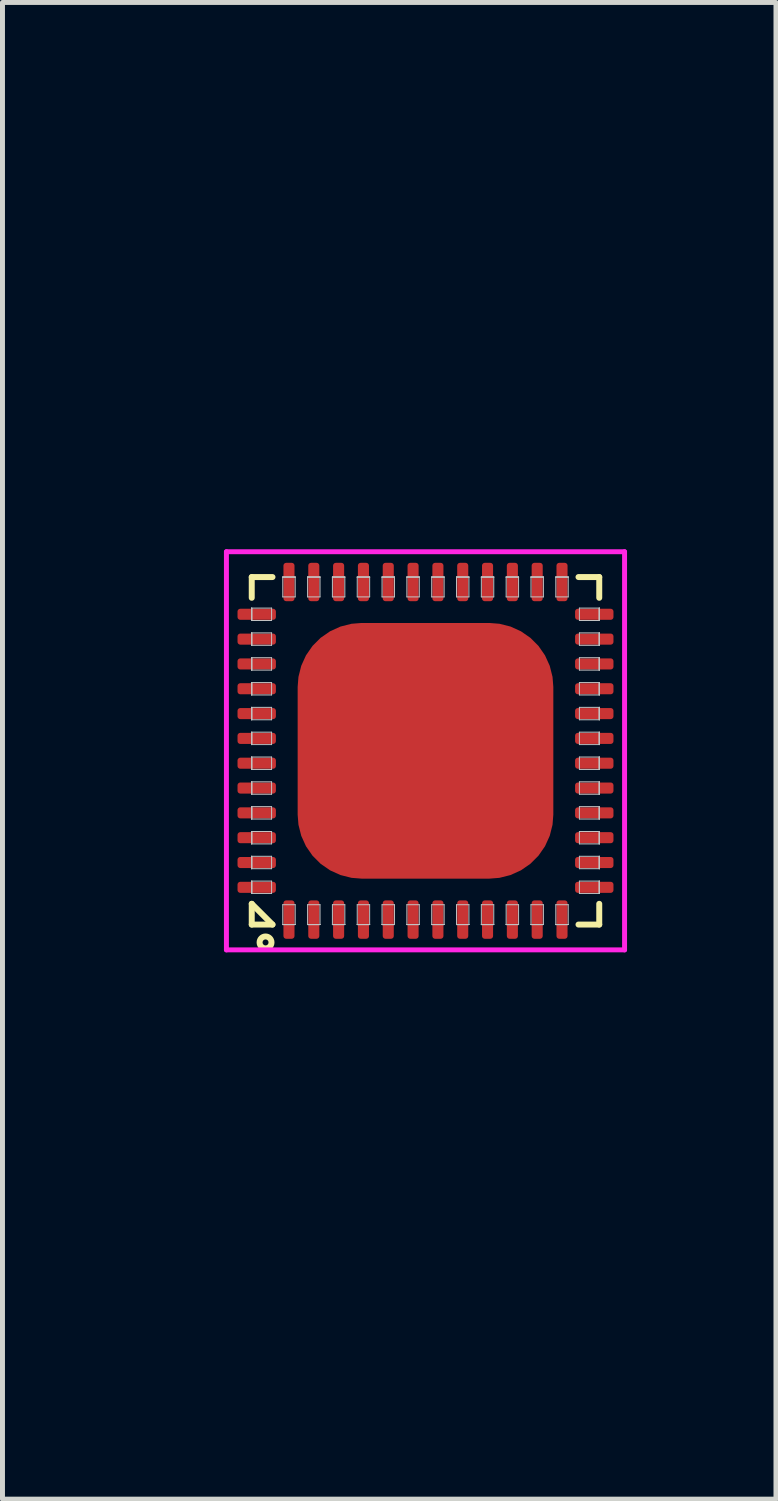
<source format=kicad_pcb>
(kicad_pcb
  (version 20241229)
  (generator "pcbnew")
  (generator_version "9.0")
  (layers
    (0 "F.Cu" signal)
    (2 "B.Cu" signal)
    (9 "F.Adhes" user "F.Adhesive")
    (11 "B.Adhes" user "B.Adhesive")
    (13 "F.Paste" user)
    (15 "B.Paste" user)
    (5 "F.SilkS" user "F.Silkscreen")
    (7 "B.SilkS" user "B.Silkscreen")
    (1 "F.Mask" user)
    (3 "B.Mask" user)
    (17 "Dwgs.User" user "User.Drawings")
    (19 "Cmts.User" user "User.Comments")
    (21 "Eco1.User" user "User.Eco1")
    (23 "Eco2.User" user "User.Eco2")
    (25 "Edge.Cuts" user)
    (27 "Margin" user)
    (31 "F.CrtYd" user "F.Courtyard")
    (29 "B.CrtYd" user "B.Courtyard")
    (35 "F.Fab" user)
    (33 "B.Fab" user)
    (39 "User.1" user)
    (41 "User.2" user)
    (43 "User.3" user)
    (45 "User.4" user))
  (footprint "QFN50P700x700-48-T515x515"
    (layer "F.Cu")
    (at 5.521 12.074)
    (property "Reference" "QFN50P700x700-48-T515x515" (at -4.76 0 90) (layer "User.1") (effects (font (size 1 1) (thickness 0.1))))
    (attr through_hole)
    (fp_line (start -3.5 -3.5) (end -3.5 -3.082) (stroke (width 0.12) (type solid)) (layer "F.SilkS"))
    (fp_line (start -3.5 -3.5) (end -3.082 -3.5) (stroke (width 0.12) (type solid)) (layer "F.SilkS"))
    (fp_line (start -3.5 3.082) (end -3.082 3.5) (stroke (width 0.12) (type solid)) (layer "F.SilkS"))
    (fp_line (start -3.5 3.5) (end -3.5 3.082) (stroke (width 0.12) (type solid)) (layer "F.SilkS"))
    (fp_line (start -3.5 3.5) (end -3.082 3.5) (stroke (width 0.12) (type solid)) (layer "F.SilkS"))
    (fp_line (start 3.5 -3.5) (end 3.082 -3.5) (stroke (width 0.12) (type solid)) (layer "F.SilkS"))
    (fp_line (start 3.5 -3.5) (end 3.5 -3.082) (stroke (width 0.12) (type solid)) (layer "F.SilkS"))
    (fp_line (start 3.5 3.5) (end 3.082 3.5) (stroke (width 0.12) (type solid)) (layer "F.SilkS"))
    (fp_line (start 3.5 3.5) (end 3.5 3.082) (stroke (width 0.12) (type solid)) (layer "F.SilkS"))
    (fp_circle (center -3.222 3.86) (end -3.102 3.86) (stroke (width 0.12) (type solid)) (fill no) (layer "F.SilkS"))
    (fp_line (start -3.5 -2.875) (end -3.5 -2.875) (stroke (width 0.02) (type solid)) (layer "Dwgs.User"))
    (fp_line (start -3.5 -2.875) (end -3.5 -2.625) (stroke (width 0.02) (type solid)) (layer "Dwgs.User"))
    (fp_line (start -3.5 -2.875) (end -3.1 -2.875) (stroke (width 0.02) (type solid)) (layer "Dwgs.User"))
    (fp_line (start -3.5 -2.625) (end -3.5 -2.875) (stroke (width 0.02) (type solid)) (layer "Dwgs.User"))
    (fp_line (start -3.5 -2.625) (end -3.5 -2.875) (stroke (width 0.02) (type solid)) (layer "Dwgs.User"))
    (fp_line (start -3.5 -2.625) (end -3.5 -2.625) (stroke (width 0.02) (type solid)) (layer "Dwgs.User"))
    (fp_line (start -3.5 -2.375) (end -3.5 -2.375) (stroke (width 0.02) (type solid)) (layer "Dwgs.User"))
    (fp_line (start -3.5 -2.375) (end -3.5 -2.125) (stroke (width 0.02) (type solid)) (layer "Dwgs.User"))
    (fp_line (start -3.5 -2.375) (end -3.1 -2.375) (stroke (width 0.02) (type solid)) (layer "Dwgs.User"))
    (fp_line (start -3.5 -2.125) (end -3.5 -2.375) (stroke (width 0.02) (type solid)) (layer "Dwgs.User"))
    (fp_line (start -3.5 -2.125) (end -3.5 -2.375) (stroke (width 0.02) (type solid)) (layer "Dwgs.User"))
    (fp_line (start -3.5 -2.125) (end -3.5 -2.125) (stroke (width 0.02) (type solid)) (layer "Dwgs.User"))
    (fp_line (start -3.5 -1.875) (end -3.5 -1.875) (stroke (width 0.02) (type solid)) (layer "Dwgs.User"))
    (fp_line (start -3.5 -1.875) (end -3.5 -1.625) (stroke (width 0.02) (type solid)) (layer "Dwgs.User"))
    (fp_line (start -3.5 -1.875) (end -3.1 -1.875) (stroke (width 0.02) (type solid)) (layer "Dwgs.User"))
    (fp_line (start -3.5 -1.625) (end -3.5 -1.875) (stroke (width 0.02) (type solid)) (layer "Dwgs.User"))
    (fp_line (start -3.5 -1.625) (end -3.5 -1.875) (stroke (width 0.02) (type solid)) (layer "Dwgs.User"))
    (fp_line (start -3.5 -1.625) (end -3.5 -1.625) (stroke (width 0.02) (type solid)) (layer "Dwgs.User"))
    (fp_line (start -3.5 -1.375) (end -3.5 -1.375) (stroke (width 0.02) (type solid)) (layer "Dwgs.User"))
    (fp_line (start -3.5 -1.375) (end -3.5 -1.125) (stroke (width 0.02) (type solid)) (layer "Dwgs.User"))
    (fp_line (start -3.5 -1.375) (end -3.1 -1.375) (stroke (width 0.02) (type solid)) (layer "Dwgs.User"))
    (fp_line (start -3.5 -1.125) (end -3.5 -1.375) (stroke (width 0.02) (type solid)) (layer "Dwgs.User"))
    (fp_line (start -3.5 -1.125) (end -3.5 -1.375) (stroke (width 0.02) (type solid)) (layer "Dwgs.User"))
    (fp_line (start -3.5 -1.125) (end -3.5 -1.125) (stroke (width 0.02) (type solid)) (layer "Dwgs.User"))
    (fp_line (start -3.5 -0.875) (end -3.5 -0.875) (stroke (width 0.02) (type solid)) (layer "Dwgs.User"))
    (fp_line (start -3.5 -0.875) (end -3.5 -0.625) (stroke (width 0.02) (type solid)) (layer "Dwgs.User"))
    (fp_line (start -3.5 -0.875) (end -3.1 -0.875) (stroke (width 0.02) (type solid)) (layer "Dwgs.User"))
    (fp_line (start -3.5 -0.625) (end -3.5 -0.875) (stroke (width 0.02) (type solid)) (layer "Dwgs.User"))
    (fp_line (start -3.5 -0.625) (end -3.5 -0.875) (stroke (width 0.02) (type solid)) (layer "Dwgs.User"))
    (fp_line (start -3.5 -0.625) (end -3.5 -0.625) (stroke (width 0.02) (type solid)) (layer "Dwgs.User"))
    (fp_line (start -3.5 -0.375) (end -3.5 -0.375) (stroke (width 0.02) (type solid)) (layer "Dwgs.User"))
    (fp_line (start -3.5 -0.375) (end -3.5 -0.125) (stroke (width 0.02) (type solid)) (layer "Dwgs.User"))
    (fp_line (start -3.5 -0.375) (end -3.1 -0.375) (stroke (width 0.02) (type solid)) (layer "Dwgs.User"))
    (fp_line (start -3.5 -0.125) (end -3.5 -0.375) (stroke (width 0.02) (type solid)) (layer "Dwgs.User"))
    (fp_line (start -3.5 -0.125) (end -3.5 -0.375) (stroke (width 0.02) (type solid)) (layer "Dwgs.User"))
    (fp_line (start -3.5 -0.125) (end -3.5 -0.125) (stroke (width 0.02) (type solid)) (layer "Dwgs.User"))
    (fp_line (start -3.5 0.125) (end -3.5 0.125) (stroke (width 0.02) (type solid)) (layer "Dwgs.User"))
    (fp_line (start -3.5 0.125) (end -3.5 0.375) (stroke (width 0.02) (type solid)) (layer "Dwgs.User"))
    (fp_line (start -3.5 0.125) (end -3.1 0.125) (stroke (width 0.02) (type solid)) (layer "Dwgs.User"))
    (fp_line (start -3.5 0.375) (end -3.5 0.125) (stroke (width 0.02) (type solid)) (layer "Dwgs.User"))
    (fp_line (start -3.5 0.375) (end -3.5 0.125) (stroke (width 0.02) (type solid)) (layer "Dwgs.User"))
    (fp_line (start -3.5 0.375) (end -3.5 0.375) (stroke (width 0.02) (type solid)) (layer "Dwgs.User"))
    (fp_line (start -3.5 0.625) (end -3.5 0.625) (stroke (width 0.02) (type solid)) (layer "Dwgs.User"))
    (fp_line (start -3.5 0.625) (end -3.5 0.875) (stroke (width 0.02) (type solid)) (layer "Dwgs.User"))
    (fp_line (start -3.5 0.625) (end -3.1 0.625) (stroke (width 0.02) (type solid)) (layer "Dwgs.User"))
    (fp_line (start -3.5 0.875) (end -3.5 0.625) (stroke (width 0.02) (type solid)) (layer "Dwgs.User"))
    (fp_line (start -3.5 0.875) (end -3.5 0.625) (stroke (width 0.02) (type solid)) (layer "Dwgs.User"))
    (fp_line (start -3.5 0.875) (end -3.5 0.875) (stroke (width 0.02) (type solid)) (layer "Dwgs.User"))
    (fp_line (start -3.5 1.125) (end -3.5 1.125) (stroke (width 0.02) (type solid)) (layer "Dwgs.User"))
    (fp_line (start -3.5 1.125) (end -3.5 1.375) (stroke (width 0.02) (type solid)) (layer "Dwgs.User"))
    (fp_line (start -3.5 1.125) (end -3.1 1.125) (stroke (width 0.02) (type solid)) (layer "Dwgs.User"))
    (fp_line (start -3.5 1.375) (end -3.5 1.125) (stroke (width 0.02) (type solid)) (layer "Dwgs.User"))
    (fp_line (start -3.5 1.375) (end -3.5 1.125) (stroke (width 0.02) (type solid)) (layer "Dwgs.User"))
    (fp_line (start -3.5 1.375) (end -3.5 1.375) (stroke (width 0.02) (type solid)) (layer "Dwgs.User"))
    (fp_line (start -3.5 1.625) (end -3.5 1.625) (stroke (width 0.02) (type solid)) (layer "Dwgs.User"))
    (fp_line (start -3.5 1.625) (end -3.5 1.875) (stroke (width 0.02) (type solid)) (layer "Dwgs.User"))
    (fp_line (start -3.5 1.625) (end -3.1 1.625) (stroke (width 0.02) (type solid)) (layer "Dwgs.User"))
    (fp_line (start -3.5 1.875) (end -3.5 1.625) (stroke (width 0.02) (type solid)) (layer "Dwgs.User"))
    (fp_line (start -3.5 1.875) (end -3.5 1.625) (stroke (width 0.02) (type solid)) (layer "Dwgs.User"))
    (fp_line (start -3.5 1.875) (end -3.5 1.875) (stroke (width 0.02) (type solid)) (layer "Dwgs.User"))
    (fp_line (start -3.5 2.125) (end -3.5 2.125) (stroke (width 0.02) (type solid)) (layer "Dwgs.User"))
    (fp_line (start -3.5 2.125) (end -3.5 2.375) (stroke (width 0.02) (type solid)) (layer "Dwgs.User"))
    (fp_line (start -3.5 2.125) (end -3.1 2.125) (stroke (width 0.02) (type solid)) (layer "Dwgs.User"))
    (fp_line (start -3.5 2.375) (end -3.5 2.125) (stroke (width 0.02) (type solid)) (layer "Dwgs.User"))
    (fp_line (start -3.5 2.375) (end -3.5 2.125) (stroke (width 0.02) (type solid)) (layer "Dwgs.User"))
    (fp_line (start -3.5 2.375) (end -3.5 2.375) (stroke (width 0.02) (type solid)) (layer "Dwgs.User"))
    (fp_line (start -3.5 2.625) (end -3.5 2.625) (stroke (width 0.02) (type solid)) (layer "Dwgs.User"))
    (fp_line (start -3.5 2.625) (end -3.5 2.875) (stroke (width 0.02) (type solid)) (layer "Dwgs.User"))
    (fp_line (start -3.5 2.625) (end -3.1 2.625) (stroke (width 0.02) (type solid)) (layer "Dwgs.User"))
    (fp_line (start -3.5 2.875) (end -3.5 2.625) (stroke (width 0.02) (type solid)) (layer "Dwgs.User"))
    (fp_line (start -3.5 2.875) (end -3.5 2.625) (stroke (width 0.02) (type solid)) (layer "Dwgs.User"))
    (fp_line (start -3.5 2.875) (end -3.5 2.875) (stroke (width 0.02) (type solid)) (layer "Dwgs.User"))
    (fp_line (start -3.1 -2.875) (end -3.1 -2.625) (stroke (width 0.02) (type solid)) (layer "Dwgs.User"))
    (fp_line (start -3.1 -2.625) (end -3.5 -2.625) (stroke (width 0.02) (type solid)) (layer "Dwgs.User"))
    (fp_line (start -3.1 -2.375) (end -3.1 -2.125) (stroke (width 0.02) (type solid)) (layer "Dwgs.User"))
    (fp_line (start -3.1 -2.125) (end -3.5 -2.125) (stroke (width 0.02) (type solid)) (layer "Dwgs.User"))
    (fp_line (start -3.1 -1.875) (end -3.1 -1.625) (stroke (width 0.02) (type solid)) (layer "Dwgs.User"))
    (fp_line (start -3.1 -1.625) (end -3.5 -1.625) (stroke (width 0.02) (type solid)) (layer "Dwgs.User"))
    (fp_line (start -3.1 -1.375) (end -3.1 -1.125) (stroke (width 0.02) (type solid)) (layer "Dwgs.User"))
    (fp_line (start -3.1 -1.125) (end -3.5 -1.125) (stroke (width 0.02) (type solid)) (layer "Dwgs.User"))
    (fp_line (start -3.1 -0.875) (end -3.1 -0.625) (stroke (width 0.02) (type solid)) (layer "Dwgs.User"))
    (fp_line (start -3.1 -0.625) (end -3.5 -0.625) (stroke (width 0.02) (type solid)) (layer "Dwgs.User"))
    (fp_line (start -3.1 -0.375) (end -3.1 -0.125) (stroke (width 0.02) (type solid)) (layer "Dwgs.User"))
    (fp_line (start -3.1 -0.125) (end -3.5 -0.125) (stroke (width 0.02) (type solid)) (layer "Dwgs.User"))
    (fp_line (start -3.1 0.125) (end -3.1 0.375) (stroke (width 0.02) (type solid)) (layer "Dwgs.User"))
    (fp_line (start -3.1 0.375) (end -3.5 0.375) (stroke (width 0.02) (type solid)) (layer "Dwgs.User"))
    (fp_line (start -3.1 0.625) (end -3.1 0.875) (stroke (width 0.02) (type solid)) (layer "Dwgs.User"))
    (fp_line (start -3.1 0.875) (end -3.5 0.875) (stroke (width 0.02) (type solid)) (layer "Dwgs.User"))
    (fp_line (start -3.1 1.125) (end -3.1 1.375) (stroke (width 0.02) (type solid)) (layer "Dwgs.User"))
    (fp_line (start -3.1 1.375) (end -3.5 1.375) (stroke (width 0.02) (type solid)) (layer "Dwgs.User"))
    (fp_line (start -3.1 1.625) (end -3.1 1.875) (stroke (width 0.02) (type solid)) (layer "Dwgs.User"))
    (fp_line (start -3.1 1.875) (end -3.5 1.875) (stroke (width 0.02) (type solid)) (layer "Dwgs.User"))
    (fp_line (start -3.1 2.125) (end -3.1 2.375) (stroke (width 0.02) (type solid)) (layer "Dwgs.User"))
    (fp_line (start -3.1 2.375) (end -3.5 2.375) (stroke (width 0.02) (type solid)) (layer "Dwgs.User"))
    (fp_line (start -3.1 2.625) (end -3.1 2.875) (stroke (width 0.02) (type solid)) (layer "Dwgs.User"))
    (fp_line (start -3.1 2.875) (end -3.5 2.875) (stroke (width 0.02) (type solid)) (layer "Dwgs.User"))
    (fp_line (start -2.875 -3.5) (end -2.875 -3.5) (stroke (width 0.02) (type solid)) (layer "Dwgs.User"))
    (fp_line (start -2.875 -3.5) (end -2.625 -3.5) (stroke (width 0.02) (type solid)) (layer "Dwgs.User"))
    (fp_line (start -2.875 -3.5) (end -2.625 -3.5) (stroke (width 0.02) (type solid)) (layer "Dwgs.User"))
    (fp_line (start -2.875 -3.1) (end -2.875 -3.5) (stroke (width 0.02) (type solid)) (layer "Dwgs.User"))
    (fp_line (start -2.875 3.1) (end -2.875 3.5) (stroke (width 0.02) (type solid)) (layer "Dwgs.User"))
    (fp_line (start -2.875 3.5) (end -2.875 3.5) (stroke (width 0.02) (type solid)) (layer "Dwgs.User"))
    (fp_line (start -2.875 3.5) (end -2.625 3.5) (stroke (width 0.02) (type solid)) (layer "Dwgs.User"))
    (fp_line (start -2.875 3.5) (end -2.625 3.5) (stroke (width 0.02) (type solid)) (layer "Dwgs.User"))
    (fp_line (start -2.625 -3.5) (end -2.875 -3.5) (stroke (width 0.02) (type solid)) (layer "Dwgs.User"))
    (fp_line (start -2.625 -3.5) (end -2.625 -3.5) (stroke (width 0.02) (type solid)) (layer "Dwgs.User"))
    (fp_line (start -2.625 -3.5) (end -2.625 -3.1) (stroke (width 0.02) (type solid)) (layer "Dwgs.User"))
    (fp_line (start -2.625 -3.1) (end -2.875 -3.1) (stroke (width 0.02) (type solid)) (layer "Dwgs.User"))
    (fp_line (start -2.625 3.1) (end -2.875 3.1) (stroke (width 0.02) (type solid)) (layer "Dwgs.User"))
    (fp_line (start -2.625 3.5) (end -2.875 3.5) (stroke (width 0.02) (type solid)) (layer "Dwgs.User"))
    (fp_line (start -2.625 3.5) (end -2.625 3.1) (stroke (width 0.02) (type solid)) (layer "Dwgs.User"))
    (fp_line (start -2.625 3.5) (end -2.625 3.5) (stroke (width 0.02) (type solid)) (layer "Dwgs.User"))
    (fp_line (start -2.375 -3.5) (end -2.375 -3.5) (stroke (width 0.02) (type solid)) (layer "Dwgs.User"))
    (fp_line (start -2.375 -3.5) (end -2.125 -3.5) (stroke (width 0.02) (type solid)) (layer "Dwgs.User"))
    (fp_line (start -2.375 -3.5) (end -2.125 -3.5) (stroke (width 0.02) (type solid)) (layer "Dwgs.User"))
    (fp_line (start -2.375 -3.1) (end -2.375 -3.5) (stroke (width 0.02) (type solid)) (layer "Dwgs.User"))
    (fp_line (start -2.375 3.1) (end -2.375 3.5) (stroke (width 0.02) (type solid)) (layer "Dwgs.User"))
    (fp_line (start -2.375 3.5) (end -2.375 3.5) (stroke (width 0.02) (type solid)) (layer "Dwgs.User"))
    (fp_line (start -2.375 3.5) (end -2.125 3.5) (stroke (width 0.02) (type solid)) (layer "Dwgs.User"))
    (fp_line (start -2.375 3.5) (end -2.125 3.5) (stroke (width 0.02) (type solid)) (layer "Dwgs.User"))
    (fp_line (start -2.125 -3.5) (end -2.375 -3.5) (stroke (width 0.02) (type solid)) (layer "Dwgs.User"))
    (fp_line (start -2.125 -3.5) (end -2.125 -3.5) (stroke (width 0.02) (type solid)) (layer "Dwgs.User"))
    (fp_line (start -2.125 -3.5) (end -2.125 -3.1) (stroke (width 0.02) (type solid)) (layer "Dwgs.User"))
    (fp_line (start -2.125 -3.1) (end -2.375 -3.1) (stroke (width 0.02) (type solid)) (layer "Dwgs.User"))
    (fp_line (start -2.125 3.1) (end -2.375 3.1) (stroke (width 0.02) (type solid)) (layer "Dwgs.User"))
    (fp_line (start -2.125 3.5) (end -2.375 3.5) (stroke (width 0.02) (type solid)) (layer "Dwgs.User"))
    (fp_line (start -2.125 3.5) (end -2.125 3.1) (stroke (width 0.02) (type solid)) (layer "Dwgs.User"))
    (fp_line (start -2.125 3.5) (end -2.125 3.5) (stroke (width 0.02) (type solid)) (layer "Dwgs.User"))
    (fp_line (start -1.875 -3.5) (end -1.875 -3.5) (stroke (width 0.02) (type solid)) (layer "Dwgs.User"))
    (fp_line (start -1.875 -3.5) (end -1.625 -3.5) (stroke (width 0.02) (type solid)) (layer "Dwgs.User"))
    (fp_line (start -1.875 -3.5) (end -1.625 -3.5) (stroke (width 0.02) (type solid)) (layer "Dwgs.User"))
    (fp_line (start -1.875 -3.1) (end -1.875 -3.5) (stroke (width 0.02) (type solid)) (layer "Dwgs.User"))
    (fp_line (start -1.875 3.1) (end -1.875 3.5) (stroke (width 0.02) (type solid)) (layer "Dwgs.User"))
    (fp_line (start -1.875 3.5) (end -1.875 3.5) (stroke (width 0.02) (type solid)) (layer "Dwgs.User"))
    (fp_line (start -1.875 3.5) (end -1.625 3.5) (stroke (width 0.02) (type solid)) (layer "Dwgs.User"))
    (fp_line (start -1.875 3.5) (end -1.625 3.5) (stroke (width 0.02) (type solid)) (layer "Dwgs.User"))
    (fp_line (start -1.625 -3.5) (end -1.875 -3.5) (stroke (width 0.02) (type solid)) (layer "Dwgs.User"))
    (fp_line (start -1.625 -3.5) (end -1.625 -3.5) (stroke (width 0.02) (type solid)) (layer "Dwgs.User"))
    (fp_line (start -1.625 -3.5) (end -1.625 -3.1) (stroke (width 0.02) (type solid)) (layer "Dwgs.User"))
    (fp_line (start -1.625 -3.1) (end -1.875 -3.1) (stroke (width 0.02) (type solid)) (layer "Dwgs.User"))
    (fp_line (start -1.625 3.1) (end -1.875 3.1) (stroke (width 0.02) (type solid)) (layer "Dwgs.User"))
    (fp_line (start -1.625 3.5) (end -1.875 3.5) (stroke (width 0.02) (type solid)) (layer "Dwgs.User"))
    (fp_line (start -1.625 3.5) (end -1.625 3.1) (stroke (width 0.02) (type solid)) (layer "Dwgs.User"))
    (fp_line (start -1.625 3.5) (end -1.625 3.5) (stroke (width 0.02) (type solid)) (layer "Dwgs.User"))
    (fp_line (start -1.375 -3.5) (end -1.375 -3.5) (stroke (width 0.02) (type solid)) (layer "Dwgs.User"))
    (fp_line (start -1.375 -3.5) (end -1.125 -3.5) (stroke (width 0.02) (type solid)) (layer "Dwgs.User"))
    (fp_line (start -1.375 -3.5) (end -1.125 -3.5) (stroke (width 0.02) (type solid)) (layer "Dwgs.User"))
    (fp_line (start -1.375 -3.1) (end -1.375 -3.5) (stroke (width 0.02) (type solid)) (layer "Dwgs.User"))
    (fp_line (start -1.375 3.1) (end -1.375 3.5) (stroke (width 0.02) (type solid)) (layer "Dwgs.User"))
    (fp_line (start -1.375 3.5) (end -1.375 3.5) (stroke (width 0.02) (type solid)) (layer "Dwgs.User"))
    (fp_line (start -1.375 3.5) (end -1.125 3.5) (stroke (width 0.02) (type solid)) (layer "Dwgs.User"))
    (fp_line (start -1.375 3.5) (end -1.125 3.5) (stroke (width 0.02) (type solid)) (layer "Dwgs.User"))
    (fp_line (start -1.125 -3.5) (end -1.375 -3.5) (stroke (width 0.02) (type solid)) (layer "Dwgs.User"))
    (fp_line (start -1.125 -3.5) (end -1.125 -3.5) (stroke (width 0.02) (type solid)) (layer "Dwgs.User"))
    (fp_line (start -1.125 -3.5) (end -1.125 -3.1) (stroke (width 0.02) (type solid)) (layer "Dwgs.User"))
    (fp_line (start -1.125 -3.1) (end -1.375 -3.1) (stroke (width 0.02) (type solid)) (layer "Dwgs.User"))
    (fp_line (start -1.125 3.1) (end -1.375 3.1) (stroke (width 0.02) (type solid)) (layer "Dwgs.User"))
    (fp_line (start -1.125 3.5) (end -1.375 3.5) (stroke (width 0.02) (type solid)) (layer "Dwgs.User"))
    (fp_line (start -1.125 3.5) (end -1.125 3.1) (stroke (width 0.02) (type solid)) (layer "Dwgs.User"))
    (fp_line (start -1.125 3.5) (end -1.125 3.5) (stroke (width 0.02) (type solid)) (layer "Dwgs.User"))
    (fp_line (start -0.875 -3.5) (end -0.875 -3.5) (stroke (width 0.02) (type solid)) (layer "Dwgs.User"))
    (fp_line (start -0.875 -3.5) (end -0.625 -3.5) (stroke (width 0.02) (type solid)) (layer "Dwgs.User"))
    (fp_line (start -0.875 -3.5) (end -0.625 -3.5) (stroke (width 0.02) (type solid)) (layer "Dwgs.User"))
    (fp_line (start -0.875 -3.1) (end -0.875 -3.5) (stroke (width 0.02) (type solid)) (layer "Dwgs.User"))
    (fp_line (start -0.875 3.1) (end -0.875 3.5) (stroke (width 0.02) (type solid)) (layer "Dwgs.User"))
    (fp_line (start -0.875 3.5) (end -0.875 3.5) (stroke (width 0.02) (type solid)) (layer "Dwgs.User"))
    (fp_line (start -0.875 3.5) (end -0.625 3.5) (stroke (width 0.02) (type solid)) (layer "Dwgs.User"))
    (fp_line (start -0.875 3.5) (end -0.625 3.5) (stroke (width 0.02) (type solid)) (layer "Dwgs.User"))
    (fp_line (start -0.625 -3.5) (end -0.875 -3.5) (stroke (width 0.02) (type solid)) (layer "Dwgs.User"))
    (fp_line (start -0.625 -3.5) (end -0.625 -3.5) (stroke (width 0.02) (type solid)) (layer "Dwgs.User"))
    (fp_line (start -0.625 -3.5) (end -0.625 -3.1) (stroke (width 0.02) (type solid)) (layer "Dwgs.User"))
    (fp_line (start -0.625 -3.1) (end -0.875 -3.1) (stroke (width 0.02) (type solid)) (layer "Dwgs.User"))
    (fp_line (start -0.625 3.1) (end -0.875 3.1) (stroke (width 0.02) (type solid)) (layer "Dwgs.User"))
    (fp_line (start -0.625 3.5) (end -0.875 3.5) (stroke (width 0.02) (type solid)) (layer "Dwgs.User"))
    (fp_line (start -0.625 3.5) (end -0.625 3.1) (stroke (width 0.02) (type solid)) (layer "Dwgs.User"))
    (fp_line (start -0.625 3.5) (end -0.625 3.5) (stroke (width 0.02) (type solid)) (layer "Dwgs.User"))
    (fp_line (start -0.375 -3.5) (end -0.375 -3.5) (stroke (width 0.02) (type solid)) (layer "Dwgs.User"))
    (fp_line (start -0.375 -3.5) (end -0.125 -3.5) (stroke (width 0.02) (type solid)) (layer "Dwgs.User"))
    (fp_line (start -0.375 -3.5) (end -0.125 -3.5) (stroke (width 0.02) (type solid)) (layer "Dwgs.User"))
    (fp_line (start -0.375 -3.1) (end -0.375 -3.5) (stroke (width 0.02) (type solid)) (layer "Dwgs.User"))
    (fp_line (start -0.375 3.1) (end -0.375 3.5) (stroke (width 0.02) (type solid)) (layer "Dwgs.User"))
    (fp_line (start -0.375 3.5) (end -0.375 3.5) (stroke (width 0.02) (type solid)) (layer "Dwgs.User"))
    (fp_line (start -0.375 3.5) (end -0.125 3.5) (stroke (width 0.02) (type solid)) (layer "Dwgs.User"))
    (fp_line (start -0.375 3.5) (end -0.125 3.5) (stroke (width 0.02) (type solid)) (layer "Dwgs.User"))
    (fp_line (start -0.125 -3.5) (end -0.375 -3.5) (stroke (width 0.02) (type solid)) (layer "Dwgs.User"))
    (fp_line (start -0.125 -3.5) (end -0.125 -3.5) (stroke (width 0.02) (type solid)) (layer "Dwgs.User"))
    (fp_line (start -0.125 -3.5) (end -0.125 -3.1) (stroke (width 0.02) (type solid)) (layer "Dwgs.User"))
    (fp_line (start -0.125 -3.1) (end -0.375 -3.1) (stroke (width 0.02) (type solid)) (layer "Dwgs.User"))
    (fp_line (start -0.125 3.1) (end -0.375 3.1) (stroke (width 0.02) (type solid)) (layer "Dwgs.User"))
    (fp_line (start -0.125 3.5) (end -0.375 3.5) (stroke (width 0.02) (type solid)) (layer "Dwgs.User"))
    (fp_line (start -0.125 3.5) (end -0.125 3.1) (stroke (width 0.02) (type solid)) (layer "Dwgs.User"))
    (fp_line (start -0.125 3.5) (end -0.125 3.5) (stroke (width 0.02) (type solid)) (layer "Dwgs.User"))
    (fp_line (start 0.125 -3.5) (end 0.125 -3.5) (stroke (width 0.02) (type solid)) (layer "Dwgs.User"))
    (fp_line (start 0.125 -3.5) (end 0.375 -3.5) (stroke (width 0.02) (type solid)) (layer "Dwgs.User"))
    (fp_line (start 0.125 -3.5) (end 0.375 -3.5) (stroke (width 0.02) (type solid)) (layer "Dwgs.User"))
    (fp_line (start 0.125 -3.1) (end 0.125 -3.5) (stroke (width 0.02) (type solid)) (layer "Dwgs.User"))
    (fp_line (start 0.125 3.1) (end 0.125 3.5) (stroke (width 0.02) (type solid)) (layer "Dwgs.User"))
    (fp_line (start 0.125 3.5) (end 0.125 3.5) (stroke (width 0.02) (type solid)) (layer "Dwgs.User"))
    (fp_line (start 0.125 3.5) (end 0.375 3.5) (stroke (width 0.02) (type solid)) (layer "Dwgs.User"))
    (fp_line (start 0.125 3.5) (end 0.375 3.5) (stroke (width 0.02) (type solid)) (layer "Dwgs.User"))
    (fp_line (start 0.375 -3.5) (end 0.125 -3.5) (stroke (width 0.02) (type solid)) (layer "Dwgs.User"))
    (fp_line (start 0.375 -3.5) (end 0.375 -3.5) (stroke (width 0.02) (type solid)) (layer "Dwgs.User"))
    (fp_line (start 0.375 -3.5) (end 0.375 -3.1) (stroke (width 0.02) (type solid)) (layer "Dwgs.User"))
    (fp_line (start 0.375 -3.1) (end 0.125 -3.1) (stroke (width 0.02) (type solid)) (layer "Dwgs.User"))
    (fp_line (start 0.375 3.1) (end 0.125 3.1) (stroke (width 0.02) (type solid)) (layer "Dwgs.User"))
    (fp_line (start 0.375 3.5) (end 0.125 3.5) (stroke (width 0.02) (type solid)) (layer "Dwgs.User"))
    (fp_line (start 0.375 3.5) (end 0.375 3.1) (stroke (width 0.02) (type solid)) (layer "Dwgs.User"))
    (fp_line (start 0.375 3.5) (end 0.375 3.5) (stroke (width 0.02) (type solid)) (layer "Dwgs.User"))
    (fp_line (start 0.625 -3.5) (end 0.625 -3.5) (stroke (width 0.02) (type solid)) (layer "Dwgs.User"))
    (fp_line (start 0.625 -3.5) (end 0.875 -3.5) (stroke (width 0.02) (type solid)) (layer "Dwgs.User"))
    (fp_line (start 0.625 -3.5) (end 0.875 -3.5) (stroke (width 0.02) (type solid)) (layer "Dwgs.User"))
    (fp_line (start 0.625 -3.1) (end 0.625 -3.5) (stroke (width 0.02) (type solid)) (layer "Dwgs.User"))
    (fp_line (start 0.625 3.1) (end 0.625 3.5) (stroke (width 0.02) (type solid)) (layer "Dwgs.User"))
    (fp_line (start 0.625 3.5) (end 0.625 3.5) (stroke (width 0.02) (type solid)) (layer "Dwgs.User"))
    (fp_line (start 0.625 3.5) (end 0.875 3.5) (stroke (width 0.02) (type solid)) (layer "Dwgs.User"))
    (fp_line (start 0.625 3.5) (end 0.875 3.5) (stroke (width 0.02) (type solid)) (layer "Dwgs.User"))
    (fp_line (start 0.875 -3.5) (end 0.625 -3.5) (stroke (width 0.02) (type solid)) (layer "Dwgs.User"))
    (fp_line (start 0.875 -3.5) (end 0.875 -3.5) (stroke (width 0.02) (type solid)) (layer "Dwgs.User"))
    (fp_line (start 0.875 -3.5) (end 0.875 -3.1) (stroke (width 0.02) (type solid)) (layer "Dwgs.User"))
    (fp_line (start 0.875 -3.1) (end 0.625 -3.1) (stroke (width 0.02) (type solid)) (layer "Dwgs.User"))
    (fp_line (start 0.875 3.1) (end 0.625 3.1) (stroke (width 0.02) (type solid)) (layer "Dwgs.User"))
    (fp_line (start 0.875 3.5) (end 0.625 3.5) (stroke (width 0.02) (type solid)) (layer "Dwgs.User"))
    (fp_line (start 0.875 3.5) (end 0.875 3.1) (stroke (width 0.02) (type solid)) (layer "Dwgs.User"))
    (fp_line (start 0.875 3.5) (end 0.875 3.5) (stroke (width 0.02) (type solid)) (layer "Dwgs.User"))
    (fp_line (start 1.125 -3.5) (end 1.125 -3.5) (stroke (width 0.02) (type solid)) (layer "Dwgs.User"))
    (fp_line (start 1.125 -3.5) (end 1.375 -3.5) (stroke (width 0.02) (type solid)) (layer "Dwgs.User"))
    (fp_line (start 1.125 -3.5) (end 1.375 -3.5) (stroke (width 0.02) (type solid)) (layer "Dwgs.User"))
    (fp_line (start 1.125 -3.1) (end 1.125 -3.5) (stroke (width 0.02) (type solid)) (layer "Dwgs.User"))
    (fp_line (start 1.125 3.1) (end 1.125 3.5) (stroke (width 0.02) (type solid)) (layer "Dwgs.User"))
    (fp_line (start 1.125 3.5) (end 1.125 3.5) (stroke (width 0.02) (type solid)) (layer "Dwgs.User"))
    (fp_line (start 1.125 3.5) (end 1.375 3.5) (stroke (width 0.02) (type solid)) (layer "Dwgs.User"))
    (fp_line (start 1.125 3.5) (end 1.375 3.5) (stroke (width 0.02) (type solid)) (layer "Dwgs.User"))
    (fp_line (start 1.375 -3.5) (end 1.125 -3.5) (stroke (width 0.02) (type solid)) (layer "Dwgs.User"))
    (fp_line (start 1.375 -3.5) (end 1.375 -3.5) (stroke (width 0.02) (type solid)) (layer "Dwgs.User"))
    (fp_line (start 1.375 -3.5) (end 1.375 -3.1) (stroke (width 0.02) (type solid)) (layer "Dwgs.User"))
    (fp_line (start 1.375 -3.1) (end 1.125 -3.1) (stroke (width 0.02) (type solid)) (layer "Dwgs.User"))
    (fp_line (start 1.375 3.1) (end 1.125 3.1) (stroke (width 0.02) (type solid)) (layer "Dwgs.User"))
    (fp_line (start 1.375 3.5) (end 1.125 3.5) (stroke (width 0.02) (type solid)) (layer "Dwgs.User"))
    (fp_line (start 1.375 3.5) (end 1.375 3.1) (stroke (width 0.02) (type solid)) (layer "Dwgs.User"))
    (fp_line (start 1.375 3.5) (end 1.375 3.5) (stroke (width 0.02) (type solid)) (layer "Dwgs.User"))
    (fp_line (start 1.625 -3.5) (end 1.625 -3.5) (stroke (width 0.02) (type solid)) (layer "Dwgs.User"))
    (fp_line (start 1.625 -3.5) (end 1.875 -3.5) (stroke (width 0.02) (type solid)) (layer "Dwgs.User"))
    (fp_line (start 1.625 -3.5) (end 1.875 -3.5) (stroke (width 0.02) (type solid)) (layer "Dwgs.User"))
    (fp_line (start 1.625 -3.1) (end 1.625 -3.5) (stroke (width 0.02) (type solid)) (layer "Dwgs.User"))
    (fp_line (start 1.625 3.1) (end 1.625 3.5) (stroke (width 0.02) (type solid)) (layer "Dwgs.User"))
    (fp_line (start 1.625 3.5) (end 1.625 3.5) (stroke (width 0.02) (type solid)) (layer "Dwgs.User"))
    (fp_line (start 1.625 3.5) (end 1.875 3.5) (stroke (width 0.02) (type solid)) (layer "Dwgs.User"))
    (fp_line (start 1.625 3.5) (end 1.875 3.5) (stroke (width 0.02) (type solid)) (layer "Dwgs.User"))
    (fp_line (start 1.875 -3.5) (end 1.625 -3.5) (stroke (width 0.02) (type solid)) (layer "Dwgs.User"))
    (fp_line (start 1.875 -3.5) (end 1.875 -3.5) (stroke (width 0.02) (type solid)) (layer "Dwgs.User"))
    (fp_line (start 1.875 -3.5) (end 1.875 -3.1) (stroke (width 0.02) (type solid)) (layer "Dwgs.User"))
    (fp_line (start 1.875 -3.1) (end 1.625 -3.1) (stroke (width 0.02) (type solid)) (layer "Dwgs.User"))
    (fp_line (start 1.875 3.1) (end 1.625 3.1) (stroke (width 0.02) (type solid)) (layer "Dwgs.User"))
    (fp_line (start 1.875 3.5) (end 1.625 3.5) (stroke (width 0.02) (type solid)) (layer "Dwgs.User"))
    (fp_line (start 1.875 3.5) (end 1.875 3.1) (stroke (width 0.02) (type solid)) (layer "Dwgs.User"))
    (fp_line (start 1.875 3.5) (end 1.875 3.5) (stroke (width 0.02) (type solid)) (layer "Dwgs.User"))
    (fp_line (start 2.125 -3.5) (end 2.125 -3.5) (stroke (width 0.02) (type solid)) (layer "Dwgs.User"))
    (fp_line (start 2.125 -3.5) (end 2.375 -3.5) (stroke (width 0.02) (type solid)) (layer "Dwgs.User"))
    (fp_line (start 2.125 -3.5) (end 2.375 -3.5) (stroke (width 0.02) (type solid)) (layer "Dwgs.User"))
    (fp_line (start 2.125 -3.1) (end 2.125 -3.5) (stroke (width 0.02) (type solid)) (layer "Dwgs.User"))
    (fp_line (start 2.125 3.1) (end 2.125 3.5) (stroke (width 0.02) (type solid)) (layer "Dwgs.User"))
    (fp_line (start 2.125 3.5) (end 2.125 3.5) (stroke (width 0.02) (type solid)) (layer "Dwgs.User"))
    (fp_line (start 2.125 3.5) (end 2.375 3.5) (stroke (width 0.02) (type solid)) (layer "Dwgs.User"))
    (fp_line (start 2.125 3.5) (end 2.375 3.5) (stroke (width 0.02) (type solid)) (layer "Dwgs.User"))
    (fp_line (start 2.375 -3.5) (end 2.125 -3.5) (stroke (width 0.02) (type solid)) (layer "Dwgs.User"))
    (fp_line (start 2.375 -3.5) (end 2.375 -3.5) (stroke (width 0.02) (type solid)) (layer "Dwgs.User"))
    (fp_line (start 2.375 -3.5) (end 2.375 -3.1) (stroke (width 0.02) (type solid)) (layer "Dwgs.User"))
    (fp_line (start 2.375 -3.1) (end 2.125 -3.1) (stroke (width 0.02) (type solid)) (layer "Dwgs.User"))
    (fp_line (start 2.375 3.1) (end 2.125 3.1) (stroke (width 0.02) (type solid)) (layer "Dwgs.User"))
    (fp_line (start 2.375 3.5) (end 2.125 3.5) (stroke (width 0.02) (type solid)) (layer "Dwgs.User"))
    (fp_line (start 2.375 3.5) (end 2.375 3.1) (stroke (width 0.02) (type solid)) (layer "Dwgs.User"))
    (fp_line (start 2.375 3.5) (end 2.375 3.5) (stroke (width 0.02) (type solid)) (layer "Dwgs.User"))
    (fp_line (start 2.625 -3.5) (end 2.625 -3.5) (stroke (width 0.02) (type solid)) (layer "Dwgs.User"))
    (fp_line (start 2.625 -3.5) (end 2.875 -3.5) (stroke (width 0.02) (type solid)) (layer "Dwgs.User"))
    (fp_line (start 2.625 -3.5) (end 2.875 -3.5) (stroke (width 0.02) (type solid)) (layer "Dwgs.User"))
    (fp_line (start 2.625 -3.1) (end 2.625 -3.5) (stroke (width 0.02) (type solid)) (layer "Dwgs.User"))
    (fp_line (start 2.625 3.1) (end 2.625 3.5) (stroke (width 0.02) (type solid)) (layer "Dwgs.User"))
    (fp_line (start 2.625 3.5) (end 2.625 3.5) (stroke (width 0.02) (type solid)) (layer "Dwgs.User"))
    (fp_line (start 2.625 3.5) (end 2.875 3.5) (stroke (width 0.02) (type solid)) (layer "Dwgs.User"))
    (fp_line (start 2.625 3.5) (end 2.875 3.5) (stroke (width 0.02) (type solid)) (layer "Dwgs.User"))
    (fp_line (start 2.875 -3.5) (end 2.625 -3.5) (stroke (width 0.02) (type solid)) (layer "Dwgs.User"))
    (fp_line (start 2.875 -3.5) (end 2.875 -3.5) (stroke (width 0.02) (type solid)) (layer "Dwgs.User"))
    (fp_line (start 2.875 -3.5) (end 2.875 -3.1) (stroke (width 0.02) (type solid)) (layer "Dwgs.User"))
    (fp_line (start 2.875 -3.1) (end 2.625 -3.1) (stroke (width 0.02) (type solid)) (layer "Dwgs.User"))
    (fp_line (start 2.875 3.1) (end 2.625 3.1) (stroke (width 0.02) (type solid)) (layer "Dwgs.User"))
    (fp_line (start 2.875 3.5) (end 2.625 3.5) (stroke (width 0.02) (type solid)) (layer "Dwgs.User"))
    (fp_line (start 2.875 3.5) (end 2.875 3.1) (stroke (width 0.02) (type solid)) (layer "Dwgs.User"))
    (fp_line (start 2.875 3.5) (end 2.875 3.5) (stroke (width 0.02) (type solid)) (layer "Dwgs.User"))
    (fp_line (start 3.1 -2.875) (end 3.1 -2.625) (stroke (width 0.02) (type solid)) (layer "Dwgs.User"))
    (fp_line (start 3.1 -2.625) (end 3.5 -2.625) (stroke (width 0.02) (type solid)) (layer "Dwgs.User"))
    (fp_line (start 3.1 -2.375) (end 3.1 -2.125) (stroke (width 0.02) (type solid)) (layer "Dwgs.User"))
    (fp_line (start 3.1 -2.125) (end 3.5 -2.125) (stroke (width 0.02) (type solid)) (layer "Dwgs.User"))
    (fp_line (start 3.1 -1.875) (end 3.1 -1.625) (stroke (width 0.02) (type solid)) (layer "Dwgs.User"))
    (fp_line (start 3.1 -1.625) (end 3.5 -1.625) (stroke (width 0.02) (type solid)) (layer "Dwgs.User"))
    (fp_line (start 3.1 -1.375) (end 3.1 -1.125) (stroke (width 0.02) (type solid)) (layer "Dwgs.User"))
    (fp_line (start 3.1 -1.125) (end 3.5 -1.125) (stroke (width 0.02) (type solid)) (layer "Dwgs.User"))
    (fp_line (start 3.1 -0.875) (end 3.1 -0.625) (stroke (width 0.02) (type solid)) (layer "Dwgs.User"))
    (fp_line (start 3.1 -0.625) (end 3.5 -0.625) (stroke (width 0.02) (type solid)) (layer "Dwgs.User"))
    (fp_line (start 3.1 -0.375) (end 3.1 -0.125) (stroke (width 0.02) (type solid)) (layer "Dwgs.User"))
    (fp_line (start 3.1 -0.125) (end 3.5 -0.125) (stroke (width 0.02) (type solid)) (layer "Dwgs.User"))
    (fp_line (start 3.1 0.125) (end 3.1 0.375) (stroke (width 0.02) (type solid)) (layer "Dwgs.User"))
    (fp_line (start 3.1 0.375) (end 3.5 0.375) (stroke (width 0.02) (type solid)) (layer "Dwgs.User"))
    (fp_line (start 3.1 0.625) (end 3.1 0.875) (stroke (width 0.02) (type solid)) (layer "Dwgs.User"))
    (fp_line (start 3.1 0.875) (end 3.5 0.875) (stroke (width 0.02) (type solid)) (layer "Dwgs.User"))
    (fp_line (start 3.1 1.125) (end 3.1 1.375) (stroke (width 0.02) (type solid)) (layer "Dwgs.User"))
    (fp_line (start 3.1 1.375) (end 3.5 1.375) (stroke (width 0.02) (type solid)) (layer "Dwgs.User"))
    (fp_line (start 3.1 1.625) (end 3.1 1.875) (stroke (width 0.02) (type solid)) (layer "Dwgs.User"))
    (fp_line (start 3.1 1.875) (end 3.5 1.875) (stroke (width 0.02) (type solid)) (layer "Dwgs.User"))
    (fp_line (start 3.1 2.125) (end 3.1 2.375) (stroke (width 0.02) (type solid)) (layer "Dwgs.User"))
    (fp_line (start 3.1 2.375) (end 3.5 2.375) (stroke (width 0.02) (type solid)) (layer "Dwgs.User"))
    (fp_line (start 3.1 2.625) (end 3.1 2.875) (stroke (width 0.02) (type solid)) (layer "Dwgs.User"))
    (fp_line (start 3.1 2.875) (end 3.5 2.875) (stroke (width 0.02) (type solid)) (layer "Dwgs.User"))
    (fp_line (start 3.5 -2.875) (end 3.1 -2.875) (stroke (width 0.02) (type solid)) (layer "Dwgs.User"))
    (fp_line (start 3.5 -2.875) (end 3.5 -2.875) (stroke (width 0.02) (type solid)) (layer "Dwgs.User"))
    (fp_line (start 3.5 -2.875) (end 3.5 -2.625) (stroke (width 0.02) (type solid)) (layer "Dwgs.User"))
    (fp_line (start 3.5 -2.625) (end 3.5 -2.875) (stroke (width 0.02) (type solid)) (layer "Dwgs.User"))
    (fp_line (start 3.5 -2.625) (end 3.5 -2.875) (stroke (width 0.02) (type solid)) (layer "Dwgs.User"))
    (fp_line (start 3.5 -2.625) (end 3.5 -2.625) (stroke (width 0.02) (type solid)) (layer "Dwgs.User"))
    (fp_line (start 3.5 -2.375) (end 3.1 -2.375) (stroke (width 0.02) (type solid)) (layer "Dwgs.User"))
    (fp_line (start 3.5 -2.375) (end 3.5 -2.375) (stroke (width 0.02) (type solid)) (layer "Dwgs.User"))
    (fp_line (start 3.5 -2.375) (end 3.5 -2.125) (stroke (width 0.02) (type solid)) (layer "Dwgs.User"))
    (fp_line (start 3.5 -2.125) (end 3.5 -2.375) (stroke (width 0.02) (type solid)) (layer "Dwgs.User"))
    (fp_line (start 3.5 -2.125) (end 3.5 -2.375) (stroke (width 0.02) (type solid)) (layer "Dwgs.User"))
    (fp_line (start 3.5 -2.125) (end 3.5 -2.125) (stroke (width 0.02) (type solid)) (layer "Dwgs.User"))
    (fp_line (start 3.5 -1.875) (end 3.1 -1.875) (stroke (width 0.02) (type solid)) (layer "Dwgs.User"))
    (fp_line (start 3.5 -1.875) (end 3.5 -1.875) (stroke (width 0.02) (type solid)) (layer "Dwgs.User"))
    (fp_line (start 3.5 -1.875) (end 3.5 -1.625) (stroke (width 0.02) (type solid)) (layer "Dwgs.User"))
    (fp_line (start 3.5 -1.625) (end 3.5 -1.875) (stroke (width 0.02) (type solid)) (layer "Dwgs.User"))
    (fp_line (start 3.5 -1.625) (end 3.5 -1.875) (stroke (width 0.02) (type solid)) (layer "Dwgs.User"))
    (fp_line (start 3.5 -1.625) (end 3.5 -1.625) (stroke (width 0.02) (type solid)) (layer "Dwgs.User"))
    (fp_line (start 3.5 -1.375) (end 3.1 -1.375) (stroke (width 0.02) (type solid)) (layer "Dwgs.User"))
    (fp_line (start 3.5 -1.375) (end 3.5 -1.375) (stroke (width 0.02) (type solid)) (layer "Dwgs.User"))
    (fp_line (start 3.5 -1.375) (end 3.5 -1.125) (stroke (width 0.02) (type solid)) (layer "Dwgs.User"))
    (fp_line (start 3.5 -1.125) (end 3.5 -1.375) (stroke (width 0.02) (type solid)) (layer "Dwgs.User"))
    (fp_line (start 3.5 -1.125) (end 3.5 -1.375) (stroke (width 0.02) (type solid)) (layer "Dwgs.User"))
    (fp_line (start 3.5 -1.125) (end 3.5 -1.125) (stroke (width 0.02) (type solid)) (layer "Dwgs.User"))
    (fp_line (start 3.5 -0.875) (end 3.1 -0.875) (stroke (width 0.02) (type solid)) (layer "Dwgs.User"))
    (fp_line (start 3.5 -0.875) (end 3.5 -0.875) (stroke (width 0.02) (type solid)) (layer "Dwgs.User"))
    (fp_line (start 3.5 -0.875) (end 3.5 -0.625) (stroke (width 0.02) (type solid)) (layer "Dwgs.User"))
    (fp_line (start 3.5 -0.625) (end 3.5 -0.875) (stroke (width 0.02) (type solid)) (layer "Dwgs.User"))
    (fp_line (start 3.5 -0.625) (end 3.5 -0.875) (stroke (width 0.02) (type solid)) (layer "Dwgs.User"))
    (fp_line (start 3.5 -0.625) (end 3.5 -0.625) (stroke (width 0.02) (type solid)) (layer "Dwgs.User"))
    (fp_line (start 3.5 -0.375) (end 3.1 -0.375) (stroke (width 0.02) (type solid)) (layer "Dwgs.User"))
    (fp_line (start 3.5 -0.375) (end 3.5 -0.375) (stroke (width 0.02) (type solid)) (layer "Dwgs.User"))
    (fp_line (start 3.5 -0.375) (end 3.5 -0.125) (stroke (width 0.02) (type solid)) (layer "Dwgs.User"))
    (fp_line (start 3.5 -0.125) (end 3.5 -0.375) (stroke (width 0.02) (type solid)) (layer "Dwgs.User"))
    (fp_line (start 3.5 -0.125) (end 3.5 -0.375) (stroke (width 0.02) (type solid)) (layer "Dwgs.User"))
    (fp_line (start 3.5 -0.125) (end 3.5 -0.125) (stroke (width 0.02) (type solid)) (layer "Dwgs.User"))
    (fp_line (start 3.5 0.125) (end 3.1 0.125) (stroke (width 0.02) (type solid)) (layer "Dwgs.User"))
    (fp_line (start 3.5 0.125) (end 3.5 0.125) (stroke (width 0.02) (type solid)) (layer "Dwgs.User"))
    (fp_line (start 3.5 0.125) (end 3.5 0.375) (stroke (width 0.02) (type solid)) (layer "Dwgs.User"))
    (fp_line (start 3.5 0.375) (end 3.5 0.125) (stroke (width 0.02) (type solid)) (layer "Dwgs.User"))
    (fp_line (start 3.5 0.375) (end 3.5 0.125) (stroke (width 0.02) (type solid)) (layer "Dwgs.User"))
    (fp_line (start 3.5 0.375) (end 3.5 0.375) (stroke (width 0.02) (type solid)) (layer "Dwgs.User"))
    (fp_line (start 3.5 0.625) (end 3.1 0.625) (stroke (width 0.02) (type solid)) (layer "Dwgs.User"))
    (fp_line (start 3.5 0.625) (end 3.5 0.625) (stroke (width 0.02) (type solid)) (layer "Dwgs.User"))
    (fp_line (start 3.5 0.625) (end 3.5 0.875) (stroke (width 0.02) (type solid)) (layer "Dwgs.User"))
    (fp_line (start 3.5 0.875) (end 3.5 0.625) (stroke (width 0.02) (type solid)) (layer "Dwgs.User"))
    (fp_line (start 3.5 0.875) (end 3.5 0.625) (stroke (width 0.02) (type solid)) (layer "Dwgs.User"))
    (fp_line (start 3.5 0.875) (end 3.5 0.875) (stroke (width 0.02) (type solid)) (layer "Dwgs.User"))
    (fp_line (start 3.5 1.125) (end 3.1 1.125) (stroke (width 0.02) (type solid)) (layer "Dwgs.User"))
    (fp_line (start 3.5 1.125) (end 3.5 1.125) (stroke (width 0.02) (type solid)) (layer "Dwgs.User"))
    (fp_line (start 3.5 1.125) (end 3.5 1.375) (stroke (width 0.02) (type solid)) (layer "Dwgs.User"))
    (fp_line (start 3.5 1.375) (end 3.5 1.125) (stroke (width 0.02) (type solid)) (layer "Dwgs.User"))
    (fp_line (start 3.5 1.375) (end 3.5 1.125) (stroke (width 0.02) (type solid)) (layer "Dwgs.User"))
    (fp_line (start 3.5 1.375) (end 3.5 1.375) (stroke (width 0.02) (type solid)) (layer "Dwgs.User"))
    (fp_line (start 3.5 1.625) (end 3.1 1.625) (stroke (width 0.02) (type solid)) (layer "Dwgs.User"))
    (fp_line (start 3.5 1.625) (end 3.5 1.625) (stroke (width 0.02) (type solid)) (layer "Dwgs.User"))
    (fp_line (start 3.5 1.625) (end 3.5 1.875) (stroke (width 0.02) (type solid)) (layer "Dwgs.User"))
    (fp_line (start 3.5 1.875) (end 3.5 1.625) (stroke (width 0.02) (type solid)) (layer "Dwgs.User"))
    (fp_line (start 3.5 1.875) (end 3.5 1.625) (stroke (width 0.02) (type solid)) (layer "Dwgs.User"))
    (fp_line (start 3.5 1.875) (end 3.5 1.875) (stroke (width 0.02) (type solid)) (layer "Dwgs.User"))
    (fp_line (start 3.5 2.125) (end 3.1 2.125) (stroke (width 0.02) (type solid)) (layer "Dwgs.User"))
    (fp_line (start 3.5 2.125) (end 3.5 2.125) (stroke (width 0.02) (type solid)) (layer "Dwgs.User"))
    (fp_line (start 3.5 2.125) (end 3.5 2.375) (stroke (width 0.02) (type solid)) (layer "Dwgs.User"))
    (fp_line (start 3.5 2.375) (end 3.5 2.125) (stroke (width 0.02) (type solid)) (layer "Dwgs.User"))
    (fp_line (start 3.5 2.375) (end 3.5 2.125) (stroke (width 0.02) (type solid)) (layer "Dwgs.User"))
    (fp_line (start 3.5 2.375) (end 3.5 2.375) (stroke (width 0.02) (type solid)) (layer "Dwgs.User"))
    (fp_line (start 3.5 2.625) (end 3.1 2.625) (stroke (width 0.02) (type solid)) (layer "Dwgs.User"))
    (fp_line (start 3.5 2.625) (end 3.5 2.625) (stroke (width 0.02) (type solid)) (layer "Dwgs.User"))
    (fp_line (start 3.5 2.625) (end 3.5 2.875) (stroke (width 0.02) (type solid)) (layer "Dwgs.User"))
    (fp_line (start 3.5 2.875) (end 3.5 2.625) (stroke (width 0.02) (type solid)) (layer "Dwgs.User"))
    (fp_line (start 3.5 2.875) (end 3.5 2.625) (stroke (width 0.02) (type solid)) (layer "Dwgs.User"))
    (fp_line (start 3.5 2.875) (end 3.5 2.875) (stroke (width 0.02) (type solid)) (layer "Dwgs.User"))
    (fp_line (start -4.01 -4.01) (end -4.01 4.01) (stroke (width 0.1) (type solid)) (layer "F.CrtYd"))
    (fp_line (start -4.01 4.01) (end 4.01 4.01) (stroke (width 0.1) (type solid)) (layer "F.CrtYd"))
    (fp_line (start 4.01 -4.01) (end -4.01 -4.01) (stroke (width 0.1) (type solid)) (layer "F.CrtYd"))
    (fp_line (start 4.01 4.01) (end 4.01 -4.01) (stroke (width 0.1) (type solid)) (layer "F.CrtYd"))
    (pad "1" smd roundrect (at -2.75 3.4) (size 0.223 0.773) (layers "F.Cu" "F.Mask" "F.Paste") (roundrect_rratio 0.25))
    (pad "2" smd roundrect (at -2.25 3.4) (size 0.223 0.773) (layers "F.Cu" "F.Mask" "F.Paste") (roundrect_rratio 0.25))
    (pad "3" smd roundrect (at -1.75 3.4) (size 0.223 0.773) (layers "F.Cu" "F.Mask" "F.Paste") (roundrect_rratio 0.25))
    (pad "4" smd roundrect (at -1.25 3.4) (size 0.223 0.773) (layers "F.Cu" "F.Mask" "F.Paste") (roundrect_rratio 0.25))
    (pad "5" smd roundrect (at -0.75 3.4) (size 0.223 0.773) (layers "F.Cu" "F.Mask" "F.Paste") (roundrect_rratio 0.25))
    (pad "6" smd roundrect (at -0.25 3.4) (size 0.223 0.773) (layers "F.Cu" "F.Mask" "F.Paste") (roundrect_rratio 0.25))
    (pad "7" smd roundrect (at 0.25 3.4) (size 0.223 0.773) (layers "F.Cu" "F.Mask" "F.Paste") (roundrect_rratio 0.25))
    (pad "8" smd roundrect (at 0.75 3.4) (size 0.223 0.773) (layers "F.Cu" "F.Mask" "F.Paste") (roundrect_rratio 0.25))
    (pad "9" smd roundrect (at 1.25 3.4) (size 0.223 0.773) (layers "F.Cu" "F.Mask" "F.Paste") (roundrect_rratio 0.25))
    (pad "10" smd roundrect (at 1.75 3.4) (size 0.223 0.773) (layers "F.Cu" "F.Mask" "F.Paste") (roundrect_rratio 0.25))
    (pad "11" smd roundrect (at 2.25 3.4) (size 0.223 0.773) (layers "F.Cu" "F.Mask" "F.Paste") (roundrect_rratio 0.25))
    (pad "12" smd roundrect (at 2.75 3.4) (size 0.223 0.773) (layers "F.Cu" "F.Mask" "F.Paste") (roundrect_rratio 0.25))
    (pad "13" smd roundrect (at 3.4 2.75) (size 0.773 0.223) (layers "F.Cu" "F.Mask" "F.Paste") (roundrect_rratio 0.25))
    (pad "14" smd roundrect (at 3.4 2.25) (size 0.773 0.223) (layers "F.Cu" "F.Mask" "F.Paste") (roundrect_rratio 0.25))
    (pad "15" smd roundrect (at 3.4 1.75) (size 0.773 0.223) (layers "F.Cu" "F.Mask" "F.Paste") (roundrect_rratio 0.25))
    (pad "16" smd roundrect (at 3.4 1.25) (size 0.773 0.223) (layers "F.Cu" "F.Mask" "F.Paste") (roundrect_rratio 0.25))
    (pad "17" smd roundrect (at 3.4 0.75) (size 0.773 0.223) (layers "F.Cu" "F.Mask" "F.Paste") (roundrect_rratio 0.25))
    (pad "18" smd roundrect (at 3.4 0.25) (size 0.773 0.223) (layers "F.Cu" "F.Mask" "F.Paste") (roundrect_rratio 0.25))
    (pad "19" smd roundrect (at 3.4 -0.25) (size 0.773 0.223) (layers "F.Cu" "F.Mask" "F.Paste") (roundrect_rratio 0.25))
    (pad "20" smd roundrect (at 3.4 -0.75) (size 0.773 0.223) (layers "F.Cu" "F.Mask" "F.Paste") (roundrect_rratio 0.25))
    (pad "21" smd roundrect (at 3.4 -1.25) (size 0.773 0.223) (layers "F.Cu" "F.Mask" "F.Paste") (roundrect_rratio 0.25))
    (pad "22" smd roundrect (at 3.4 -1.75) (size 0.773 0.223) (layers "F.Cu" "F.Mask" "F.Paste") (roundrect_rratio 0.25))
    (pad "23" smd roundrect (at 3.4 -2.25) (size 0.773 0.223) (layers "F.Cu" "F.Mask" "F.Paste") (roundrect_rratio 0.25))
    (pad "24" smd roundrect (at 3.4 -2.75) (size 0.773 0.223) (layers "F.Cu" "F.Mask" "F.Paste") (roundrect_rratio 0.25))
    (pad "25" smd roundrect (at 2.75 -3.4) (size 0.223 0.773) (layers "F.Cu" "F.Mask" "F.Paste") (roundrect_rratio 0.25))
    (pad "26" smd roundrect (at 2.25 -3.4) (size 0.223 0.773) (layers "F.Cu" "F.Mask" "F.Paste") (roundrect_rratio 0.25))
    (pad "27" smd roundrect (at 1.75 -3.4) (size 0.223 0.773) (layers "F.Cu" "F.Mask" "F.Paste") (roundrect_rratio 0.25))
    (pad "28" smd roundrect (at 1.25 -3.4) (size 0.223 0.773) (layers "F.Cu" "F.Mask" "F.Paste") (roundrect_rratio 0.25))
    (pad "29" smd roundrect (at 0.75 -3.4) (size 0.223 0.773) (layers "F.Cu" "F.Mask" "F.Paste") (roundrect_rratio 0.25))
    (pad "30" smd roundrect (at 0.25 -3.4) (size 0.223 0.773) (layers "F.Cu" "F.Mask" "F.Paste") (roundrect_rratio 0.25))
    (pad "31" smd roundrect (at -0.25 -3.4) (size 0.223 0.773) (layers "F.Cu" "F.Mask" "F.Paste") (roundrect_rratio 0.25))
    (pad "32" smd roundrect (at -0.75 -3.4) (size 0.223 0.773) (layers "F.Cu" "F.Mask" "F.Paste") (roundrect_rratio 0.25))
    (pad "33" smd roundrect (at -1.25 -3.4) (size 0.223 0.773) (layers "F.Cu" "F.Mask" "F.Paste") (roundrect_rratio 0.25))
    (pad "34" smd roundrect (at -1.75 -3.4) (size 0.223 0.773) (layers "F.Cu" "F.Mask" "F.Paste") (roundrect_rratio 0.25))
    (pad "35" smd roundrect (at -2.25 -3.4) (size 0.223 0.773) (layers "F.Cu" "F.Mask" "F.Paste") (roundrect_rratio 0.25))
    (pad "36" smd roundrect (at -2.75 -3.4) (size 0.223 0.773) (layers "F.Cu" "F.Mask" "F.Paste") (roundrect_rratio 0.25))
    (pad "37" smd roundrect (at -3.4 -2.75) (size 0.773 0.223) (layers "F.Cu" "F.Mask" "F.Paste") (roundrect_rratio 0.25))
    (pad "38" smd roundrect (at -3.4 -2.25) (size 0.773 0.223) (layers "F.Cu" "F.Mask" "F.Paste") (roundrect_rratio 0.25))
    (pad "39" smd roundrect (at -3.4 -1.75) (size 0.773 0.223) (layers "F.Cu" "F.Mask" "F.Paste") (roundrect_rratio 0.25))
    (pad "40" smd roundrect (at -3.4 -1.25) (size 0.773 0.223) (layers "F.Cu" "F.Mask" "F.Paste") (roundrect_rratio 0.25))
    (pad "41" smd roundrect (at -3.4 -0.75) (size 0.773 0.223) (layers "F.Cu" "F.Mask" "F.Paste") (roundrect_rratio 0.25))
    (pad "42" smd roundrect (at -3.4 -0.25) (size 0.773 0.223) (layers "F.Cu" "F.Mask" "F.Paste") (roundrect_rratio 0.25))
    (pad "43" smd roundrect (at -3.4 0.25) (size 0.773 0.223) (layers "F.Cu" "F.Mask" "F.Paste") (roundrect_rratio 0.25))
    (pad "44" smd roundrect (at -3.4 0.75) (size 0.773 0.223) (layers "F.Cu" "F.Mask" "F.Paste") (roundrect_rratio 0.25))
    (pad "45" smd roundrect (at -3.4 1.25) (size 0.773 0.223) (layers "F.Cu" "F.Mask" "F.Paste") (roundrect_rratio 0.25))
    (pad "46" smd roundrect (at -3.4 1.75) (size 0.773 0.223) (layers "F.Cu" "F.Mask" "F.Paste") (roundrect_rratio 0.25))
    (pad "47" smd roundrect (at -3.4 2.25) (size 0.773 0.223) (layers "F.Cu" "F.Mask" "F.Paste") (roundrect_rratio 0.25))
    (pad "48" smd roundrect (at -3.4 2.75) (size 0.773 0.223) (layers "F.Cu" "F.Mask" "F.Paste") (roundrect_rratio 0.25))
    (pad "EP" smd roundrect (at 0 0) (size 5.15 5.15) (layers "F.Cu" "F.Mask" "F.Paste") (roundrect_rratio 0.25)))
  (gr_rect
    (start -3 -3)
    (end 12.581 27.148)
    (stroke (width 0.1) (type default))
    (fill no)
    (layer "Edge.Cuts")))
</source>
